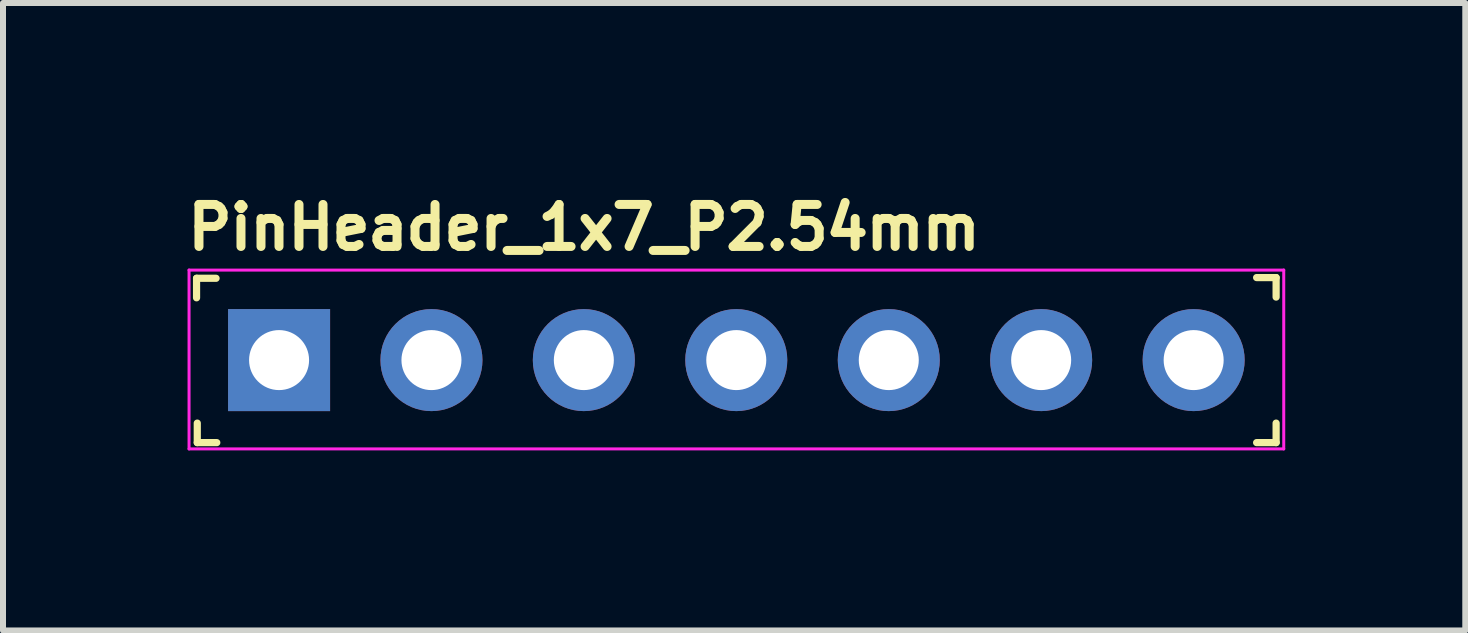
<source format=kicad_pcb>
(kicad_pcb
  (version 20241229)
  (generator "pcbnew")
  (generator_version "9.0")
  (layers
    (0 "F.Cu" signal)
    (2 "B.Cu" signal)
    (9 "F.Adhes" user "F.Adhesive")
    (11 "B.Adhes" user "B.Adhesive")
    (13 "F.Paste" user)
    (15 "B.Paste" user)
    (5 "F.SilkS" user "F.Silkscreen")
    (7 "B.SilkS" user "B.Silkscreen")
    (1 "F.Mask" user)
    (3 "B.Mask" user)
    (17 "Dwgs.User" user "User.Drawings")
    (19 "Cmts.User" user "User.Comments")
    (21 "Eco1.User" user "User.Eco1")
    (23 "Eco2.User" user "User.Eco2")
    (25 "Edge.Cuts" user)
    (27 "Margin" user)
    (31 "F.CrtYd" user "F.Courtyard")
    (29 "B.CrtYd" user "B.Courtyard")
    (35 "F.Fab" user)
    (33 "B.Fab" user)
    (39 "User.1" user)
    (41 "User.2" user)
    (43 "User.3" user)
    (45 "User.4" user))
  (footprint "PinHeader_1x7_P2.54mm"
    (layer "F.Cu")
    (at 1.6 2.95)
    (property "Reference" "PinHeader_1x7_P2.54mm" (at -1.6 -1.8 0) (layer "F.SilkS") (effects (font (size 0.7 0.7) (thickness 0.15)) (justify left bottom)))
    (attr through_hole)
    (fp_line (start -1.375 -1.363) (end -1.05 -1.363) (stroke (width 0.12) (type solid)) (layer "F.SilkS"))
    (fp_line (start -1.375 -1.038) (end -1.375 -1.363) (stroke (width 0.12) (type solid)) (layer "F.SilkS"))
    (fp_line (start -1.363 1.375) (end -1.363 1.05) (stroke (width 0.12) (type solid)) (layer "F.SilkS"))
    (fp_line (start -1.038 1.375) (end -1.363 1.375) (stroke (width 0.12) (type solid)) (layer "F.SilkS"))
    (fp_line (start 16.288 -1.375) (end 16.613 -1.375) (stroke (width 0.12) (type solid)) (layer "F.SilkS"))
    (fp_line (start 16.613 -1.375) (end 16.613 -1.05) (stroke (width 0.12) (type solid)) (layer "F.SilkS"))
    (fp_line (start 16.613 1.05) (end 16.613 1.375) (stroke (width 0.12) (type solid)) (layer "F.SilkS"))
    (fp_line (start 16.613 1.375) (end 16.288 1.375) (stroke (width 0.12) (type solid)) (layer "F.SilkS"))
    (fp_line (start -1.5 -1.5) (end 16.74 -1.5) (stroke (width 0.05) (type solid)) (layer "F.CrtYd"))
    (fp_line (start -1.5 1.48) (end -1.5 -1.5) (stroke (width 0.05) (type solid)) (layer "F.CrtYd"))
    (fp_line (start 16.74 -1.5) (end 16.74 1.48) (stroke (width 0.05) (type solid)) (layer "F.CrtYd"))
    (fp_line (start 16.74 1.48) (end -1.5 1.48) (stroke (width 0.05) (type solid)) (layer "F.CrtYd"))
    (fp_rect (start -1.272 -1.27) (end 16.508 1.269) (stroke (width 0.1) (type solid)) (fill no) (layer "User.5"))
    (fp_line (start -1.272 0.77) (end -1.272 -0.772) (stroke (width 0.02) (type solid)) (layer "User.9"))
    (fp_line (start -1.272 0.77) (end -1.022 1.269) (stroke (width 0.02) (type solid)) (layer "User.9"))
    (fp_line (start -1.022 -1.27) (end -1.272 -0.772) (stroke (width 0.02) (type solid)) (layer "User.9"))
    (fp_line (start -0.322 -0.32) (end -0.121 -0.12) (stroke (width 0.02) (type solid)) (layer "User.9"))
    (fp_line (start -0.322 -0.32) (end 0.318 -0.32) (stroke (width 0.02) (type solid)) (layer "User.9"))
    (fp_line (start -0.322 0.32) (end -0.322 -0.32) (stroke (width 0.02) (type solid)) (layer "User.9"))
    (fp_line (start -0.121 -0.12) (end -0.121 0.119) (stroke (width 0.02) (type solid)) (layer "User.9"))
    (fp_line (start -0.121 0.119) (end -0.322 0.32) (stroke (width 0.02) (type solid)) (layer "User.9"))
    (fp_line (start -0.121 0.119) (end 0.119 0.119) (stroke (width 0.02) (type solid)) (layer "User.9"))
    (fp_line (start 0.119 -0.12) (end -0.121 -0.12) (stroke (width 0.02) (type solid)) (layer "User.9"))
    (fp_line (start 0.119 -0.12) (end 0.318 -0.32) (stroke (width 0.02) (type solid)) (layer "User.9"))
    (fp_line (start 0.119 0.119) (end 0.119 -0.12) (stroke (width 0.02) (type solid)) (layer "User.9"))
    (fp_line (start 0.119 0.119) (end 0.318 0.32) (stroke (width 0.02) (type solid)) (layer "User.9"))
    (fp_line (start 0.318 -0.32) (end 0.318 0.32) (stroke (width 0.02) (type solid)) (layer "User.9"))
    (fp_line (start 0.318 0.32) (end -0.322 0.32) (stroke (width 0.02) (type solid)) (layer "User.9"))
    (fp_line (start 1.019 -1.27) (end -1.022 -1.27) (stroke (width 0.02) (type solid)) (layer "User.9"))
    (fp_line (start 1.019 1.269) (end -1.022 1.269) (stroke (width 0.02) (type solid)) (layer "User.9"))
    (fp_line (start 1.019 1.269) (end 1.269 0.77) (stroke (width 0.02) (type solid)) (layer "User.9"))
    (fp_line (start 1.269 -0.772) (end 1.019 -1.27) (stroke (width 0.02) (type solid)) (layer "User.9"))
    (fp_line (start 1.269 0.77) (end 1.519 1.269) (stroke (width 0.02) (type solid)) (layer "User.9"))
    (fp_line (start 1.519 -1.27) (end 1.269 -0.772) (stroke (width 0.02) (type solid)) (layer "User.9"))
    (fp_line (start 2.218 -0.32) (end 2.418 -0.12) (stroke (width 0.02) (type solid)) (layer "User.9"))
    (fp_line (start 2.218 -0.32) (end 2.858 -0.32) (stroke (width 0.02) (type solid)) (layer "User.9"))
    (fp_line (start 2.218 0.32) (end 2.218 -0.32) (stroke (width 0.02) (type solid)) (layer "User.9"))
    (fp_line (start 2.418 -0.12) (end 2.418 0.119) (stroke (width 0.02) (type solid)) (layer "User.9"))
    (fp_line (start 2.418 0.119) (end 2.218 0.32) (stroke (width 0.02) (type solid)) (layer "User.9"))
    (fp_line (start 2.418 0.119) (end 2.659 0.119) (stroke (width 0.02) (type solid)) (layer "User.9"))
    (fp_line (start 2.659 -0.12) (end 2.418 -0.12) (stroke (width 0.02) (type solid)) (layer "User.9"))
    (fp_line (start 2.659 -0.12) (end 2.858 -0.32) (stroke (width 0.02) (type solid)) (layer "User.9"))
    (fp_line (start 2.659 0.119) (end 2.659 -0.12) (stroke (width 0.02) (type solid)) (layer "User.9"))
    (fp_line (start 2.659 0.119) (end 2.858 0.32) (stroke (width 0.02) (type solid)) (layer "User.9"))
    (fp_line (start 2.858 -0.32) (end 2.858 0.32) (stroke (width 0.02) (type solid)) (layer "User.9"))
    (fp_line (start 2.858 0.32) (end 2.218 0.32) (stroke (width 0.02) (type solid)) (layer "User.9"))
    (fp_line (start 3.559 -1.27) (end 1.519 -1.27) (stroke (width 0.02) (type solid)) (layer "User.9"))
    (fp_line (start 3.559 1.269) (end 1.519 1.269) (stroke (width 0.02) (type solid)) (layer "User.9"))
    (fp_line (start 3.559 1.269) (end 3.809 0.77) (stroke (width 0.02) (type solid)) (layer "User.9"))
    (fp_line (start 3.809 -0.772) (end 3.559 -1.27) (stroke (width 0.02) (type solid)) (layer "User.9"))
    (fp_line (start 3.809 0.77) (end 4.059 1.269) (stroke (width 0.02) (type solid)) (layer "User.9"))
    (fp_line (start 4.059 -1.27) (end 3.809 -0.772) (stroke (width 0.02) (type solid)) (layer "User.9"))
    (fp_line (start 4.759 -0.32) (end 4.959 -0.12) (stroke (width 0.02) (type solid)) (layer "User.9"))
    (fp_line (start 4.759 -0.32) (end 5.398 -0.32) (stroke (width 0.02) (type solid)) (layer "User.9"))
    (fp_line (start 4.759 0.32) (end 4.759 -0.32) (stroke (width 0.02) (type solid)) (layer "User.9"))
    (fp_line (start 4.959 -0.12) (end 4.959 0.119) (stroke (width 0.02) (type solid)) (layer "User.9"))
    (fp_line (start 4.959 0.119) (end 4.759 0.32) (stroke (width 0.02) (type solid)) (layer "User.9"))
    (fp_line (start 4.959 0.119) (end 5.198 0.119) (stroke (width 0.02) (type solid)) (layer "User.9"))
    (fp_line (start 5.198 -0.12) (end 4.959 -0.12) (stroke (width 0.02) (type solid)) (layer "User.9"))
    (fp_line (start 5.198 -0.12) (end 5.398 -0.32) (stroke (width 0.02) (type solid)) (layer "User.9"))
    (fp_line (start 5.198 0.119) (end 5.198 -0.12) (stroke (width 0.02) (type solid)) (layer "User.9"))
    (fp_line (start 5.198 0.119) (end 5.398 0.32) (stroke (width 0.02) (type solid)) (layer "User.9"))
    (fp_line (start 5.398 -0.32) (end 5.398 0.32) (stroke (width 0.02) (type solid)) (layer "User.9"))
    (fp_line (start 5.398 0.32) (end 4.759 0.32) (stroke (width 0.02) (type solid)) (layer "User.9"))
    (fp_line (start 6.099 -1.27) (end 4.059 -1.27) (stroke (width 0.02) (type solid)) (layer "User.9"))
    (fp_line (start 6.099 1.269) (end 4.059 1.269) (stroke (width 0.02) (type solid)) (layer "User.9"))
    (fp_line (start 6.099 1.269) (end 6.349 0.77) (stroke (width 0.02) (type solid)) (layer "User.9"))
    (fp_line (start 6.349 -0.772) (end 6.099 -1.27) (stroke (width 0.02) (type solid)) (layer "User.9"))
    (fp_line (start 6.349 0.77) (end 6.599 1.269) (stroke (width 0.02) (type solid)) (layer "User.9"))
    (fp_line (start 6.599 -1.27) (end 6.349 -0.772) (stroke (width 0.02) (type solid)) (layer "User.9"))
    (fp_line (start 7.299 -0.32) (end 7.499 -0.12) (stroke (width 0.02) (type solid)) (layer "User.9"))
    (fp_line (start 7.299 -0.32) (end 7.938 -0.32) (stroke (width 0.02) (type solid)) (layer "User.9"))
    (fp_line (start 7.299 0.32) (end 7.299 -0.32) (stroke (width 0.02) (type solid)) (layer "User.9"))
    (fp_line (start 7.499 -0.12) (end 7.499 0.119) (stroke (width 0.02) (type solid)) (layer "User.9"))
    (fp_line (start 7.499 0.119) (end 7.299 0.32) (stroke (width 0.02) (type solid)) (layer "User.9"))
    (fp_line (start 7.499 0.119) (end 7.738 0.119) (stroke (width 0.02) (type solid)) (layer "User.9"))
    (fp_line (start 7.738 -0.12) (end 7.499 -0.12) (stroke (width 0.02) (type solid)) (layer "User.9"))
    (fp_line (start 7.738 -0.12) (end 7.938 -0.32) (stroke (width 0.02) (type solid)) (layer "User.9"))
    (fp_line (start 7.738 0.119) (end 7.738 -0.12) (stroke (width 0.02) (type solid)) (layer "User.9"))
    (fp_line (start 7.738 0.119) (end 7.938 0.32) (stroke (width 0.02) (type solid)) (layer "User.9"))
    (fp_line (start 7.938 -0.32) (end 7.938 0.32) (stroke (width 0.02) (type solid)) (layer "User.9"))
    (fp_line (start 7.938 0.32) (end 7.299 0.32) (stroke (width 0.02) (type solid)) (layer "User.9"))
    (fp_line (start 8.64 -1.27) (end 6.599 -1.27) (stroke (width 0.02) (type solid)) (layer "User.9"))
    (fp_line (start 8.64 1.269) (end 6.599 1.269) (stroke (width 0.02) (type solid)) (layer "User.9"))
    (fp_line (start 8.64 1.269) (end 8.89 0.77) (stroke (width 0.02) (type solid)) (layer "User.9"))
    (fp_line (start 8.89 -0.772) (end 8.64 -1.27) (stroke (width 0.02) (type solid)) (layer "User.9"))
    (fp_line (start 8.89 0.77) (end 9.14 1.269) (stroke (width 0.02) (type solid)) (layer "User.9"))
    (fp_line (start 9.14 -1.27) (end 8.89 -0.772) (stroke (width 0.02) (type solid)) (layer "User.9"))
    (fp_line (start 9.839 -0.32) (end 10.038 -0.12) (stroke (width 0.02) (type solid)) (layer "User.9"))
    (fp_line (start 9.839 -0.32) (end 10.48 -0.32) (stroke (width 0.02) (type solid)) (layer "User.9"))
    (fp_line (start 9.839 0.32) (end 9.839 -0.32) (stroke (width 0.02) (type solid)) (layer "User.9"))
    (fp_line (start 10.038 -0.12) (end 10.038 0.119) (stroke (width 0.02) (type solid)) (layer "User.9"))
    (fp_line (start 10.038 0.119) (end 9.839 0.32) (stroke (width 0.02) (type solid)) (layer "User.9"))
    (fp_line (start 10.038 0.119) (end 10.278 0.119) (stroke (width 0.02) (type solid)) (layer "User.9"))
    (fp_line (start 10.278 -0.12) (end 10.038 -0.12) (stroke (width 0.02) (type solid)) (layer "User.9"))
    (fp_line (start 10.278 -0.12) (end 10.48 -0.32) (stroke (width 0.02) (type solid)) (layer "User.9"))
    (fp_line (start 10.278 0.119) (end 10.278 -0.12) (stroke (width 0.02) (type solid)) (layer "User.9"))
    (fp_line (start 10.278 0.119) (end 10.48 0.32) (stroke (width 0.02) (type solid)) (layer "User.9"))
    (fp_line (start 10.48 -0.32) (end 10.48 0.32) (stroke (width 0.02) (type solid)) (layer "User.9"))
    (fp_line (start 10.48 0.32) (end 9.839 0.32) (stroke (width 0.02) (type solid)) (layer "User.9"))
    (fp_line (start 11.179 -1.27) (end 9.14 -1.27) (stroke (width 0.02) (type solid)) (layer "User.9"))
    (fp_line (start 11.179 1.269) (end 9.14 1.269) (stroke (width 0.02) (type solid)) (layer "User.9"))
    (fp_line (start 11.179 1.269) (end 11.429 0.77) (stroke (width 0.02) (type solid)) (layer "User.9"))
    (fp_line (start 11.429 -0.772) (end 11.179 -1.27) (stroke (width 0.02) (type solid)) (layer "User.9"))
    (fp_line (start 11.429 0.77) (end 11.679 1.269) (stroke (width 0.02) (type solid)) (layer "User.9"))
    (fp_line (start 11.679 -1.27) (end 11.429 -0.772) (stroke (width 0.02) (type solid)) (layer "User.9"))
    (fp_line (start 12.378 -0.32) (end 12.579 -0.12) (stroke (width 0.02) (type solid)) (layer "User.9"))
    (fp_line (start 12.378 -0.32) (end 13.018 -0.32) (stroke (width 0.02) (type solid)) (layer "User.9"))
    (fp_line (start 12.378 0.32) (end 12.378 -0.32) (stroke (width 0.02) (type solid)) (layer "User.9"))
    (fp_line (start 12.579 -0.12) (end 12.579 0.119) (stroke (width 0.02) (type solid)) (layer "User.9"))
    (fp_line (start 12.579 0.119) (end 12.378 0.32) (stroke (width 0.02) (type solid)) (layer "User.9"))
    (fp_line (start 12.579 0.119) (end 12.82 0.119) (stroke (width 0.02) (type solid)) (layer "User.9"))
    (fp_line (start 12.82 -0.12) (end 12.579 -0.12) (stroke (width 0.02) (type solid)) (layer "User.9"))
    (fp_line (start 12.82 -0.12) (end 13.018 -0.32) (stroke (width 0.02) (type solid)) (layer "User.9"))
    (fp_line (start 12.82 0.119) (end 12.82 -0.12) (stroke (width 0.02) (type solid)) (layer "User.9"))
    (fp_line (start 12.82 0.119) (end 13.018 0.32) (stroke (width 0.02) (type solid)) (layer "User.9"))
    (fp_line (start 13.018 -0.32) (end 13.018 0.32) (stroke (width 0.02) (type solid)) (layer "User.9"))
    (fp_line (start 13.018 0.32) (end 12.378 0.32) (stroke (width 0.02) (type solid)) (layer "User.9"))
    (fp_line (start 13.718 -1.27) (end 11.679 -1.27) (stroke (width 0.02) (type solid)) (layer "User.9"))
    (fp_line (start 13.718 1.269) (end 11.679 1.269) (stroke (width 0.02) (type solid)) (layer "User.9"))
    (fp_line (start 13.718 1.269) (end 13.968 0.77) (stroke (width 0.02) (type solid)) (layer "User.9"))
    (fp_line (start 13.968 -0.772) (end 13.718 -1.27) (stroke (width 0.02) (type solid)) (layer "User.9"))
    (fp_line (start 13.968 0.77) (end 14.218 1.269) (stroke (width 0.02) (type solid)) (layer "User.9"))
    (fp_line (start 14.218 -1.27) (end 13.968 -0.772) (stroke (width 0.02) (type solid)) (layer "User.9"))
    (fp_line (start 14.919 -0.32) (end 15.118 -0.12) (stroke (width 0.02) (type solid)) (layer "User.9"))
    (fp_line (start 14.919 -0.32) (end 15.56 -0.32) (stroke (width 0.02) (type solid)) (layer "User.9"))
    (fp_line (start 14.919 0.32) (end 14.919 -0.32) (stroke (width 0.02) (type solid)) (layer "User.9"))
    (fp_line (start 15.118 -0.12) (end 15.118 0.119) (stroke (width 0.02) (type solid)) (layer "User.9"))
    (fp_line (start 15.118 0.119) (end 14.919 0.32) (stroke (width 0.02) (type solid)) (layer "User.9"))
    (fp_line (start 15.118 0.119) (end 15.358 0.119) (stroke (width 0.02) (type solid)) (layer "User.9"))
    (fp_line (start 15.358 -0.12) (end 15.118 -0.12) (stroke (width 0.02) (type solid)) (layer "User.9"))
    (fp_line (start 15.358 -0.12) (end 15.56 -0.32) (stroke (width 0.02) (type solid)) (layer "User.9"))
    (fp_line (start 15.358 0.119) (end 15.358 -0.12) (stroke (width 0.02) (type solid)) (layer "User.9"))
    (fp_line (start 15.358 0.119) (end 15.56 0.32) (stroke (width 0.02) (type solid)) (layer "User.9"))
    (fp_line (start 15.56 -0.32) (end 15.56 0.32) (stroke (width 0.02) (type solid)) (layer "User.9"))
    (fp_line (start 15.56 0.32) (end 14.919 0.32) (stroke (width 0.02) (type solid)) (layer "User.9"))
    (fp_line (start 16.259 -1.27) (end 14.218 -1.27) (stroke (width 0.02) (type solid)) (layer "User.9"))
    (fp_line (start 16.259 1.269) (end 14.218 1.269) (stroke (width 0.02) (type solid)) (layer "User.9"))
    (fp_line (start 16.259 1.269) (end 16.508 0.77) (stroke (width 0.02) (type solid)) (layer "User.9"))
    (fp_line (start 16.508 -0.772) (end 16.259 -1.27) (stroke (width 0.02) (type solid)) (layer "User.9"))
    (fp_line (start 16.508 0.77) (end 16.508 -0.772) (stroke (width 0.02) (type solid)) (layer "User.9"))
    (pad "1" thru_hole rect (at 0 0) (size 1.7 1.7) (drill 1) (layers "*.Cu" "*.Mask"))
    (pad "2" thru_hole circle (at 2.539 0) (size 1.7 1.7) (drill 1) (layers "*.Cu" "*.Mask"))
    (pad "3" thru_hole circle (at 5.078 0) (size 1.7 1.7) (drill 1) (layers "*.Cu" "*.Mask"))
    (pad "4" thru_hole circle (at 7.618 0) (size 1.7 1.7) (drill 1) (layers "*.Cu" "*.Mask"))
    (pad "5" thru_hole circle (at 10.159 0) (size 1.7 1.7) (drill 1) (layers "*.Cu" "*.Mask"))
    (pad "6" thru_hole circle (at 12.698 0) (size 1.7 1.7) (drill 1) (layers "*.Cu" "*.Mask"))
    (pad "7" thru_hole circle (at 15.239 0) (size 1.7 1.7) (drill 1) (layers "*.Cu" "*.Mask")))
  (gr_rect
    (start -3 -3)
    (end 21.365 7.455)
    (stroke (width 0.1) (type default))
    (fill no)
    (layer "Edge.Cuts")))
</source>
